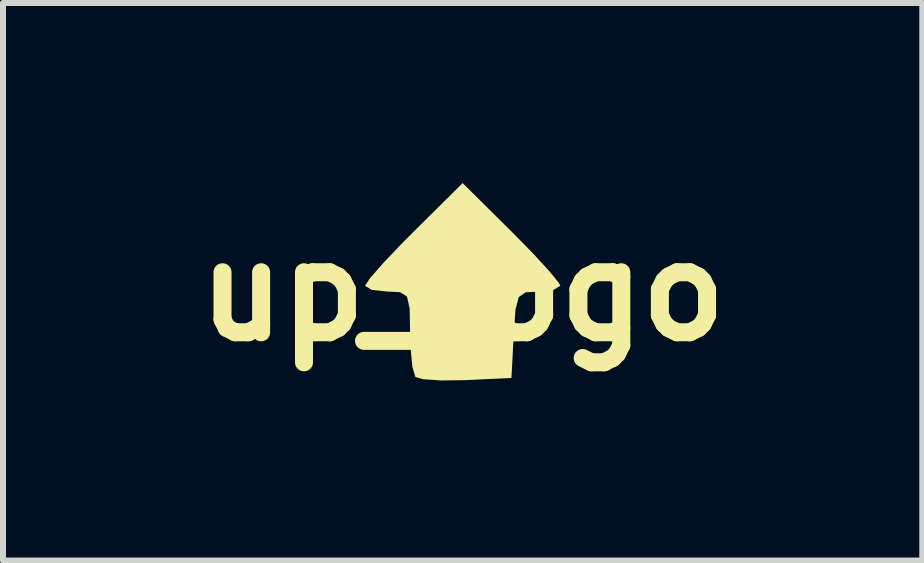
<source format=kicad_pcb>
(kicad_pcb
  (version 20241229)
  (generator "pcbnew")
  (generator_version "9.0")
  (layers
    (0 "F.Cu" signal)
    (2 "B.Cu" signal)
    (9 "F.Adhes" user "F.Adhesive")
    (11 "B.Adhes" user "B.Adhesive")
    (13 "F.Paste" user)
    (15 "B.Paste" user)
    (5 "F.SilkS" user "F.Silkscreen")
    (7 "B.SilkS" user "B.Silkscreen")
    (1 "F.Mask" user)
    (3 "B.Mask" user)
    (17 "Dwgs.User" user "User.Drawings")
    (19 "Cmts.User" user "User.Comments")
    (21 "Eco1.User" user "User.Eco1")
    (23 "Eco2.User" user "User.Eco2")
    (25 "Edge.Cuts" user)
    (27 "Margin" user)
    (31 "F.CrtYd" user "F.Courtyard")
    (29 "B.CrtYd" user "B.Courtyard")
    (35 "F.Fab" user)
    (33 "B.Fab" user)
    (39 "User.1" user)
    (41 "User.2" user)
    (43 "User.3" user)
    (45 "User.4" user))
  (footprint "up_logo"
    (layer "F.Cu")
    (at 4.657 1.807)
    (property "Reference" "up_logo" (at 0 0 0) (layer "F.SilkS") (effects (font (size 1.5 1.5) (thickness 0.3))))
    (attr board_only exclude_from_pos_files exclude_from_bom)
    (fp_poly (pts (xy 0.813 -1.001) (xy 1.171 -0.637) (xy 1.448 -0.335) (xy 1.606 -0.14) (xy 1.627 -0.097) (xy 1.518 -0.029) (xy 1.257 0) (xy 1.049 0.013) (xy 0.935 0.091) (xy 0.881 0.295) (xy 0.853 0.684) (xy 0.851 0.719) (xy 0.813 1.439) (xy 0.057 1.475) (xy -0.358 1.481) (xy -0.667 1.459) (xy -0.787 1.423) (xy -0.837 1.257) (xy -0.869 0.927) (xy -0.876 0.667) (xy -0.883 0.281) (xy -0.927 0.083) (xy -1.043 0.01) (xy -1.251 0) (xy -1.515 -0.028) (xy -1.627 -0.096) (xy -1.627 -0.097) (xy -1.543 -0.223) (xy -1.32 -0.478) (xy -0.997 -0.817) (xy -0.813 -1.001) (xy 0 -1.807)) (stroke (width 0) (type solid)) (fill yes) (layer "F.SilkS")))
  (gr_rect
    (start -3 -3)
    (end 12.314 6.288)
    (stroke (width 0.1) (type default))
    (fill no)
    (layer "Edge.Cuts")))
</source>
